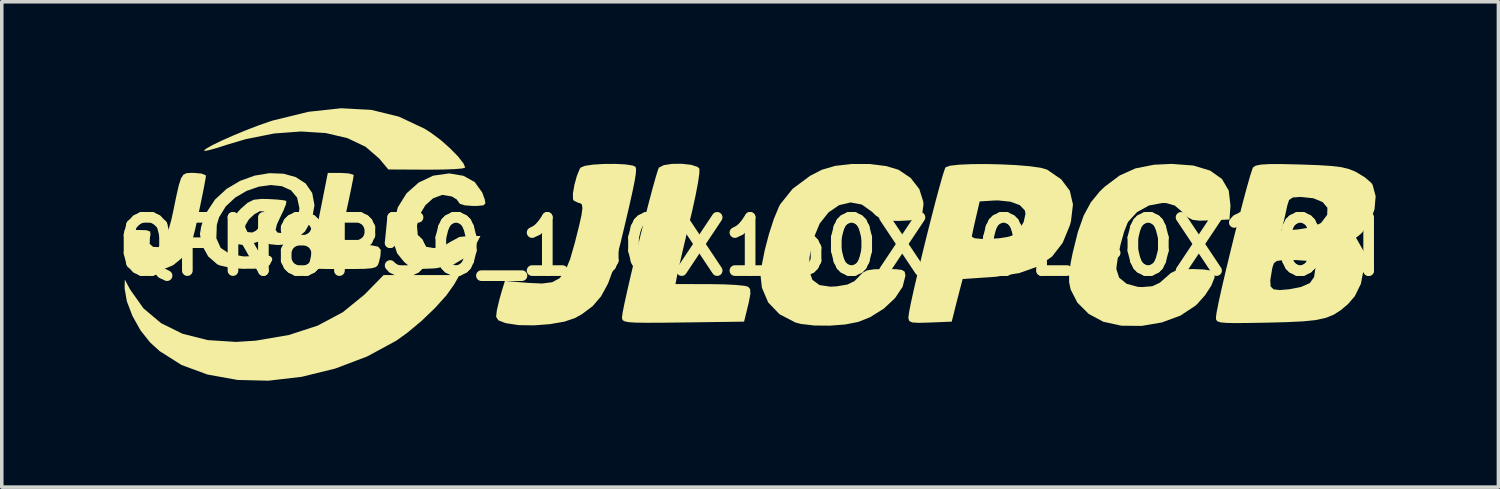
<source format=kicad_pcb>
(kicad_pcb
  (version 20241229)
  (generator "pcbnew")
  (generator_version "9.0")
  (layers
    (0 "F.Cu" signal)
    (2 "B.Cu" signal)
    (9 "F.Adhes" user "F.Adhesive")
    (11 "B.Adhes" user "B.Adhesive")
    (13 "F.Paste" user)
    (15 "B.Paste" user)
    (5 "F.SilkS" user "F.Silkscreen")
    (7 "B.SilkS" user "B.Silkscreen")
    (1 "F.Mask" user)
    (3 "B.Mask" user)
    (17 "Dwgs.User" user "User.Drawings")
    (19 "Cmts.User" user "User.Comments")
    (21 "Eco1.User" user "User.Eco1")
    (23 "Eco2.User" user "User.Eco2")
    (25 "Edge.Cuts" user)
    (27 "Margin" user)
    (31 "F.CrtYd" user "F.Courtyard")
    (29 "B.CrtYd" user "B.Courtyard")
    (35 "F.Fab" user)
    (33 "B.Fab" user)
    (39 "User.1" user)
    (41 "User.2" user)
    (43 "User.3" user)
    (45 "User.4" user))
  (footprint "QFN8P50_160X160X50L40X20N"
    (layer "F.Cu")
    (at 18.086 3.896)
    (property "Reference" "QFN8P50_160X160X50L40X20N" (at 0 0 0) (layer "F.SilkS") (effects (font (size 1.5 1.5) (thickness 0.3))))
    (attr board_only exclude_from_pos_files exclude_from_bom)
    (fp_poly (pts (xy -8.342 1.073) (xy -8.559 1.377) (xy -8.878 1.732) (xy -9.258 2.096) (xy -9.658 2.43) (xy -9.971 2.654) (xy -10.788 3.097) (xy -11.69 3.439) (xy -12.633 3.671) (xy -13.573 3.781) (xy -14.441 3.76) (xy -15.292 3.607) (xy -16.022 3.338) (xy -16.636 2.949) (xy -16.909 2.701) (xy -17.178 2.361) (xy -17.405 1.955) (xy -17.562 1.543) (xy -17.624 1.183) (xy -17.624 1.161) (xy -17.62 0.931) (xy -17.47 1.212) (xy -17.093 1.743) (xy -16.597 2.16) (xy -15.991 2.459) (xy -15.284 2.637) (xy -14.488 2.688) (xy -13.932 2.653) (xy -12.995 2.493) (xy -12.182 2.228) (xy -11.478 1.852) (xy -10.87 1.358) (xy -10.813 1.301) (xy -10.326 0.804) (xy -9.257 0.804) (xy -8.188 0.804)) (stroke (width 0) (type solid)) (fill yes) (layer "F.SilkS"))
    (fp_poly (pts (xy -10.675 -3.85) (xy -9.895 -3.659) (xy -9.176 -3.321) (xy -9.001 -3.211) (xy -8.727 -3.008) (xy -8.459 -2.772) (xy -8.23 -2.538) (xy -8.076 -2.34) (xy -8.028 -2.224) (xy -8.107 -2.2) (xy -8.325 -2.181) (xy -8.649 -2.169) (xy -9.047 -2.165) (xy -9.111 -2.165) (xy -10.194 -2.171) (xy -10.448 -2.476) (xy -10.837 -2.812) (xy -11.347 -3.054) (xy -11.959 -3.197) (xy -12.654 -3.241) (xy -13.411 -3.185) (xy -14.212 -3.025) (xy -14.714 -2.876) (xy -15.017 -2.779) (xy -15.252 -2.714) (xy -15.379 -2.691) (xy -15.389 -2.694) (xy -15.342 -2.748) (xy -15.168 -2.848) (xy -14.899 -2.979) (xy -14.567 -3.127) (xy -14.204 -3.277) (xy -13.842 -3.416) (xy -13.513 -3.53) (xy -13.447 -3.551) (xy -12.444 -3.796) (xy -11.522 -3.896)) (stroke (width 0) (type solid)) (fill yes) (layer "F.SilkS"))
    (fp_poly (pts (xy -11.313 -2.06) (xy -11.184 -2.025) (xy -11.171 -2.007) (xy -11.188 -1.897) (xy -11.234 -1.666) (xy -11.298 -1.357) (xy -11.372 -1.014) (xy -11.445 -0.68) (xy -11.509 -0.4) (xy -11.555 -0.216) (xy -11.562 -0.191) (xy -11.567 -0.113) (xy -11.503 -0.068) (xy -11.336 -0.048) (xy -11.035 -0.042) (xy -11.007 -0.042) (xy -10.673 -0.035) (xy -10.482 0.004) (xy -10.406 0.097) (xy -10.417 0.271) (xy -10.46 0.445) (xy -10.49 0.526) (xy -10.548 0.581) (xy -10.666 0.613) (xy -10.872 0.629) (xy -11.198 0.634) (xy -11.488 0.635) (xy -11.907 0.634) (xy -12.183 0.627) (xy -12.343 0.609) (xy -12.417 0.573) (xy -12.429 0.515) (xy -12.413 0.445) (xy -12.378 0.294) (xy -12.318 0.014) (xy -12.241 -0.36) (xy -12.154 -0.79) (xy -12.13 -0.91) (xy -11.899 -2.074) (xy -11.535 -2.074)) (stroke (width 0) (type solid)) (fill yes) (layer "F.SilkS"))
    (fp_poly (pts (xy -15.668 -2.074) (xy -15.457 -2.055) (xy -15.341 -2.008) (xy -15.333 -1.99) (xy -15.35 -1.878) (xy -15.395 -1.637) (xy -15.463 -1.301) (xy -15.544 -0.91) (xy -15.638 -0.479) (xy -15.716 -0.178) (xy -15.793 0.03) (xy -15.883 0.181) (xy -16 0.311) (xy -16.052 0.36) (xy -16.26 0.528) (xy -16.457 0.61) (xy -16.723 0.634) (xy -16.803 0.635) (xy -17.13 0.612) (xy -17.349 0.533) (xy -17.441 0.462) (xy -17.575 0.274) (xy -17.625 0.005) (xy -17.627 -0.088) (xy -17.627 -0.466) (xy -17.243 -0.466) (xy -17.01 -0.459) (xy -16.907 -0.423) (xy -16.895 -0.333) (xy -16.912 -0.255) (xy -16.918 -0.073) (xy -16.822 0.011) (xy -16.67 0.017) (xy -16.538 -0.1) (xy -16.42 -0.354) (xy -16.307 -0.758) (xy -16.257 -0.986) (xy -16.166 -1.428) (xy -16.097 -1.73) (xy -16.036 -1.92) (xy -15.969 -2.023) (xy -15.881 -2.066) (xy -15.758 -2.075)) (stroke (width 0) (type solid)) (fill yes) (layer "F.SilkS"))
    (fp_poly (pts (xy -8.076 -1.992) (xy -7.761 -1.817) (xy -7.55 -1.525) (xy -7.479 -1.333) (xy -7.458 -1.217) (xy -7.512 -1.161) (xy -7.68 -1.144) (xy -7.81 -1.143) (xy -8.04 -1.16) (xy -8.179 -1.203) (xy -8.198 -1.229) (xy -8.266 -1.325) (xy -8.406 -1.411) (xy -8.676 -1.454) (xy -8.931 -1.36) (xy -9.15 -1.163) (xy -9.31 -0.895) (xy -9.387 -0.587) (xy -9.36 -0.274) (xy -9.299 -0.121) (xy -9.145 0.005) (xy -8.91 0.045) (xy -8.655 -0.002) (xy -8.453 -0.127) (xy -8.193 -0.268) (xy -7.941 -0.296) (xy -7.599 -0.296) (xy -7.727 -0.049) (xy -7.983 0.285) (xy -8.351 0.503) (xy -8.839 0.611) (xy -8.96 0.62) (xy -9.273 0.631) (xy -9.474 0.609) (xy -9.621 0.541) (xy -9.745 0.439) (xy -9.945 0.193) (xy -10.045 -0.103) (xy -10.058 -0.495) (xy -10.047 -0.638) (xy -9.927 -1.103) (xy -9.681 -1.498) (xy -9.338 -1.803) (xy -8.928 -1.997) (xy -8.479 -2.06)) (stroke (width 0) (type solid)) (fill yes) (layer "F.SilkS"))
    (fp_poly (pts (xy -1.661 -2.302) (xy -1.478 -2.242) (xy -1.429 -2.192) (xy -1.43 -2.066) (xy -1.467 -1.807) (xy -1.535 -1.448) (xy -1.628 -1.021) (xy -1.687 -0.774) (xy -1.799 -0.308) (xy -1.9 0.12) (xy -1.982 0.474) (xy -2.036 0.717) (xy -2.05 0.783) (xy -2.103 1.058) (xy -1.136 1.06) (xy -0.74 1.066) (xy -0.401 1.083) (xy -0.159 1.107) (xy -0.058 1.132) (xy 0.001 1.202) (xy 0.008 1.334) (xy -0.037 1.571) (xy -0.058 1.66) (xy -0.17 2.117) (xy -1.89 2.14) (xy -2.471 2.147) (xy -2.904 2.149) (xy -3.211 2.145) (xy -3.413 2.133) (xy -3.532 2.11) (xy -3.59 2.076) (xy -3.609 2.027) (xy -3.61 1.996) (xy -3.591 1.853) (xy -3.536 1.58) (xy -3.452 1.204) (xy -3.348 0.752) (xy -3.228 0.254) (xy -3.101 -0.264) (xy -2.974 -0.774) (xy -2.852 -1.247) (xy -2.743 -1.657) (xy -2.654 -1.974) (xy -2.592 -2.172) (xy -2.57 -2.223) (xy -2.431 -2.293) (xy -2.195 -2.329) (xy -1.919 -2.331)) (stroke (width 0) (type solid)) (fill yes) (layer "F.SilkS"))
    (fp_poly (pts (xy -3.507 -2.313) (xy -3.3 -2.28) (xy -3.227 -2.242) (xy -3.213 -2.18) (xy -3.22 -2.058) (xy -3.251 -1.858) (xy -3.311 -1.562) (xy -3.402 -1.153) (xy -3.529 -0.612) (xy -3.664 -0.048) (xy -3.829 0.567) (xy -4.002 1.041) (xy -4.199 1.403) (xy -4.439 1.682) (xy -4.738 1.906) (xy -4.927 2.012) (xy -5.229 2.116) (xy -5.637 2.187) (xy -6.089 2.222) (xy -6.521 2.215) (xy -6.873 2.162) (xy -6.908 2.152) (xy -7.095 2.079) (xy -7.157 1.979) (xy -7.136 1.795) (xy -7.068 1.508) (xy -6.995 1.247) (xy -6.909 0.971) (xy -6.254 1.025) (xy -5.864 1.043) (xy -5.576 1.006) (xy -5.364 0.891) (xy -5.203 0.678) (xy -5.067 0.342) (xy -4.93 -0.138) (xy -4.928 -0.149) (xy -4.817 -0.59) (xy -4.75 -0.892) (xy -4.725 -1.082) (xy -4.74 -1.184) (xy -4.792 -1.224) (xy -4.835 -1.228) (xy -4.966 -1.291) (xy -4.991 -1.333) (xy -4.993 -1.493) (xy -4.951 -1.737) (xy -4.88 -1.993) (xy -4.8 -2.188) (xy -4.777 -2.223) (xy -4.657 -2.273) (xy -4.42 -2.308) (xy -4.117 -2.326) (xy -3.796 -2.328)) (stroke (width 0) (type solid)) (fill yes) (layer "F.SilkS"))
    (fp_poly (pts (xy 3.362 -2.325) (xy 3.828 -2.268) (xy 4.182 -2.162) (xy 4.524 -1.932) (xy 4.768 -1.617) (xy 4.88 -1.26) (xy 4.884 -1.181) (xy 4.853 -0.949) (xy 4.739 -0.808) (xy 4.514 -0.737) (xy 4.18 -0.72) (xy 3.882 -0.73) (xy 3.69 -0.774) (xy 3.539 -0.875) (xy 3.44 -0.974) (xy 3.149 -1.182) (xy 2.83 -1.242) (xy 2.508 -1.165) (xy 2.21 -0.962) (xy 1.961 -0.647) (xy 1.787 -0.23) (xy 1.782 -0.212) (xy 1.674 0.301) (xy 1.664 0.681) (xy 1.755 0.939) (xy 1.953 1.086) (xy 2.263 1.132) (xy 2.435 1.123) (xy 2.74 1.072) (xy 2.939 0.976) (xy 3.056 0.858) (xy 3.17 0.737) (xy 3.302 0.67) (xy 3.504 0.641) (xy 3.805 0.635) (xy 4.108 0.639) (xy 4.279 0.66) (xy 4.355 0.71) (xy 4.374 0.801) (xy 4.375 0.826) (xy 4.297 1.135) (xy 4.084 1.453) (xy 3.769 1.749) (xy 3.382 1.991) (xy 3.049 2.124) (xy 2.686 2.196) (xy 2.252 2.23) (xy 1.812 2.226) (xy 1.434 2.182) (xy 1.274 2.14) (xy 0.827 1.907) (xy 0.509 1.575) (xy 0.332 1.16) (xy 0.297 0.848) (xy 0.329 0.521) (xy 0.413 0.1) (xy 0.532 -0.354) (xy 0.67 -0.78) (xy 0.811 -1.118) (xy 0.851 -1.193) (xy 1.197 -1.625) (xy 1.689 -1.991) (xy 2.017 -2.161) (xy 2.391 -2.271) (xy 2.861 -2.326)) (stroke (width 0) (type solid)) (fill yes) (layer "F.SilkS"))
    (fp_poly (pts (xy 12.491 -2.281) (xy 12.963 -2.139) (xy 13.295 -1.903) (xy 13.486 -1.576) (xy 13.535 -1.156) (xy 13.533 -1.117) (xy 13.507 -0.762) (xy 12.963 -0.736) (xy 12.66 -0.728) (xy 12.469 -0.751) (xy 12.333 -0.821) (xy 12.194 -0.956) (xy 12.182 -0.969) (xy 11.966 -1.154) (xy 11.729 -1.223) (xy 11.622 -1.227) (xy 11.243 -1.157) (xy 10.901 -0.969) (xy 10.655 -0.699) (xy 10.633 -0.66) (xy 10.538 -0.415) (xy 10.443 -0.078) (xy 10.366 0.276) (xy 10.324 0.572) (xy 10.321 0.639) (xy 10.398 0.878) (xy 10.61 1.051) (xy 10.927 1.137) (xy 11.05 1.143) (xy 11.335 1.118) (xy 11.543 1.021) (xy 11.694 0.889) (xy 11.854 0.747) (xy 12.012 0.671) (xy 12.229 0.64) (xy 12.489 0.635) (xy 12.777 0.647) (xy 12.991 0.678) (xy 13.08 0.716) (xy 13.088 0.873) (xy 12.994 1.104) (xy 12.822 1.368) (xy 12.596 1.623) (xy 12.548 1.667) (xy 12.126 1.946) (xy 11.604 2.139) (xy 11.03 2.237) (xy 10.457 2.231) (xy 9.951 2.12) (xy 9.541 1.9) (xy 9.22 1.579) (xy 9.032 1.212) (xy 8.989 1.007) (xy 8.988 0.775) (xy 9.031 0.467) (xy 9.086 0.193) (xy 9.234 -0.406) (xy 9.399 -0.872) (xy 9.6 -1.243) (xy 9.854 -1.554) (xy 9.994 -1.688) (xy 10.412 -2.001) (xy 10.86 -2.202) (xy 11.385 -2.305) (xy 11.881 -2.328)) (stroke (width 0) (type solid)) (fill yes) (layer "F.SilkS"))
    (fp_poly (pts (xy 7.082 -2.314) (xy 7.509 -2.293) (xy 7.889 -2.261) (xy 8.186 -2.219) (xy 8.365 -2.168) (xy 8.368 -2.167) (xy 8.767 -1.892) (xy 9.008 -1.571) (xy 9.097 -1.185) (xy 9.042 -0.719) (xy 9.011 -0.6) (xy 8.807 -0.103) (xy 8.51 0.281) (xy 8.107 0.562) (xy 7.582 0.749) (xy 6.922 0.852) (xy 6.781 0.863) (xy 5.989 0.915) (xy 5.909 1.219) (xy 5.83 1.524) (xy 5.755 1.82) (xy 5.681 2.117) (xy 5.071 2.142) (xy 4.754 2.151) (xy 4.571 2.14) (xy 4.485 2.101) (xy 4.461 2.025) (xy 4.46 1.992) (xy 4.48 1.845) (xy 4.535 1.568) (xy 4.619 1.188) (xy 4.725 0.734) (xy 4.845 0.233) (xy 4.97 -0.275) (xy 6.247 -0.275) (xy 6.32 -0.234) (xy 6.51 -0.215) (xy 6.765 -0.215) (xy 7.035 -0.235) (xy 7.268 -0.272) (xy 7.381 -0.307) (xy 7.568 -0.459) (xy 7.706 -0.686) (xy 7.759 -0.919) (xy 7.742 -1.016) (xy 7.601 -1.164) (xy 7.335 -1.263) (xy 6.984 -1.299) (xy 6.85 -1.295) (xy 6.468 -1.27) (xy 6.36 -0.804) (xy 6.299 -0.538) (xy 6.258 -0.342) (xy 6.247 -0.275) (xy 4.97 -0.275) (xy 4.973 -0.286) (xy 5.102 -0.796) (xy 5.224 -1.269) (xy 5.334 -1.677) (xy 5.423 -1.991) (xy 5.486 -2.185) (xy 5.507 -2.231) (xy 5.628 -2.276) (xy 5.882 -2.305) (xy 6.232 -2.321) (xy 6.645 -2.324)) (stroke (width 0) (type solid)) (fill yes) (layer "F.SilkS"))
    (fp_poly (pts (xy -13.151 -2.052) (xy -12.802 -1.956) (xy -12.523 -1.775) (xy -12.339 -1.507) (xy -12.275 -1.162) (xy -12.347 -0.764) (xy -12.542 -0.424) (xy -12.831 -0.175) (xy -13.182 -0.051) (xy -13.301 -0.042) (xy -13.523 -0.063) (xy -13.664 -0.113) (xy -13.677 -0.127) (xy -13.79 -0.166) (xy -13.889 -0.127) (xy -14.189 -0.029) (xy -14.425 -0.064) (xy -14.584 -0.203) (xy -14.651 -0.417) (xy -14.631 -0.544) (xy -14.229 -0.544) (xy -14.172 -0.407) (xy -14.027 -0.395) (xy -13.923 -0.446) (xy -13.792 -0.585) (xy -13.7 -0.771) (xy -13.674 -0.933) (xy -13.697 -0.985) (xy -13.811 -0.997) (xy -13.969 -0.909) (xy -14.122 -0.766) (xy -14.218 -0.607) (xy -14.229 -0.544) (xy -14.631 -0.544) (xy -14.611 -0.678) (xy -14.45 -0.956) (xy -14.352 -1.063) (xy -14.158 -1.233) (xy -13.989 -1.317) (xy -13.771 -1.341) (xy -13.577 -1.338) (xy -13.311 -1.322) (xy -13.123 -1.3) (xy -13.067 -1.283) (xy -13.078 -1.192) (xy -13.153 -1.005) (xy -13.204 -0.901) (xy -13.333 -0.625) (xy -13.37 -0.465) (xy -13.316 -0.393) (xy -13.225 -0.381) (xy -13.012 -0.457) (xy -12.831 -0.653) (xy -12.719 -0.919) (xy -12.7 -1.079) (xy -12.764 -1.379) (xy -12.938 -1.584) (xy -13.195 -1.7) (xy -13.507 -1.732) (xy -13.849 -1.685) (xy -14.192 -1.565) (xy -14.51 -1.378) (xy -14.776 -1.129) (xy -14.964 -0.822) (xy -15.027 -0.609) (xy -15.04 -0.233) (xy -14.918 0.04) (xy -14.66 0.211) (xy -14.268 0.28) (xy -13.953 0.27) (xy -13.676 0.252) (xy -13.528 0.266) (xy -13.471 0.321) (xy -13.465 0.379) (xy -13.538 0.519) (xy -13.656 0.582) (xy -13.95 0.625) (xy -14.308 0.628) (xy -14.661 0.597) (xy -14.941 0.534) (xy -15.014 0.502) (xy -15.27 0.279) (xy -15.446 -0.04) (xy -15.503 -0.35) (xy -15.466 -0.568) (xy -15.373 -0.842) (xy -15.326 -0.947) (xy -15.078 -1.323) (xy -14.751 -1.624) (xy -14.37 -1.85) (xy -13.96 -1.998) (xy -13.545 -2.066)) (stroke (width 0) (type solid)) (fill yes) (layer "F.SilkS"))
    (fp_poly (pts (xy 15.501 -2.311) (xy 16.008 -2.293) (xy 16.379 -2.269) (xy 16.65 -2.237) (xy 16.853 -2.189) (xy 17.025 -2.123) (xy 17.093 -2.089) (xy 17.328 -1.944) (xy 17.501 -1.794) (xy 17.539 -1.741) (xy 17.626 -1.417) (xy 17.593 -1.044) (xy 17.455 -0.679) (xy 17.229 -0.375) (xy 17.137 -0.297) (xy 16.885 -0.112) (xy 17.086 0.088) (xy 17.24 0.353) (xy 17.279 0.689) (xy 17.209 1.053) (xy 17.039 1.399) (xy 16.849 1.62) (xy 16.648 1.79) (xy 16.452 1.917) (xy 16.232 2.007) (xy 15.957 2.069) (xy 15.597 2.108) (xy 15.124 2.131) (xy 14.59 2.145) (xy 14.06 2.154) (xy 13.676 2.158) (xy 13.415 2.152) (xy 13.253 2.137) (xy 13.166 2.108) (xy 13.131 2.063) (xy 13.125 2.001) (xy 13.125 1.999) (xy 13.145 1.852) (xy 13.2 1.575) (xy 13.284 1.195) (xy 13.341 0.95) (xy 14.657 0.95) (xy 14.667 1.126) (xy 14.751 1.207) (xy 14.921 1.227) (xy 14.93 1.227) (xy 15.206 1.203) (xy 15.504 1.144) (xy 15.524 1.139) (xy 15.771 1.031) (xy 15.887 0.867) (xy 15.894 0.843) (xy 15.927 0.617) (xy 15.869 0.477) (xy 15.697 0.405) (xy 15.386 0.382) (xy 15.304 0.381) (xy 15.01 0.384) (xy 14.842 0.407) (xy 14.76 0.468) (xy 14.719 0.585) (xy 14.707 0.646) (xy 14.657 0.95) (xy 13.341 0.95) (xy 13.39 0.74) (xy 13.51 0.239) (xy 13.638 -0.281) (xy 13.679 -0.443) (xy 14.969 -0.443) (xy 15.447 -0.482) (xy 15.809 -0.543) (xy 16.06 -0.648) (xy 16.097 -0.676) (xy 16.26 -0.894) (xy 16.267 -1.091) (xy 16.132 -1.252) (xy 15.868 -1.36) (xy 15.508 -1.397) (xy 15.292 -1.382) (xy 15.186 -1.311) (xy 15.136 -1.153) (xy 15.076 -0.878) (xy 15.028 -0.676) (xy 14.969 -0.443) (xy 13.679 -0.443) (xy 13.767 -0.791) (xy 13.889 -1.265) (xy 13.999 -1.674) (xy 14.089 -1.99) (xy 14.152 -2.185) (xy 14.174 -2.232) (xy 14.247 -2.279) (xy 14.393 -2.308) (xy 14.637 -2.323) (xy 15.004 -2.323)) (stroke (width 0) (type solid)) (fill yes) (layer "F.SilkS")))
  (gr_rect
    (start -3 -3)
    (end 39.171 10.676)
    (stroke (width 0.1) (type default))
    (fill no)
    (layer "Edge.Cuts")))
</source>
